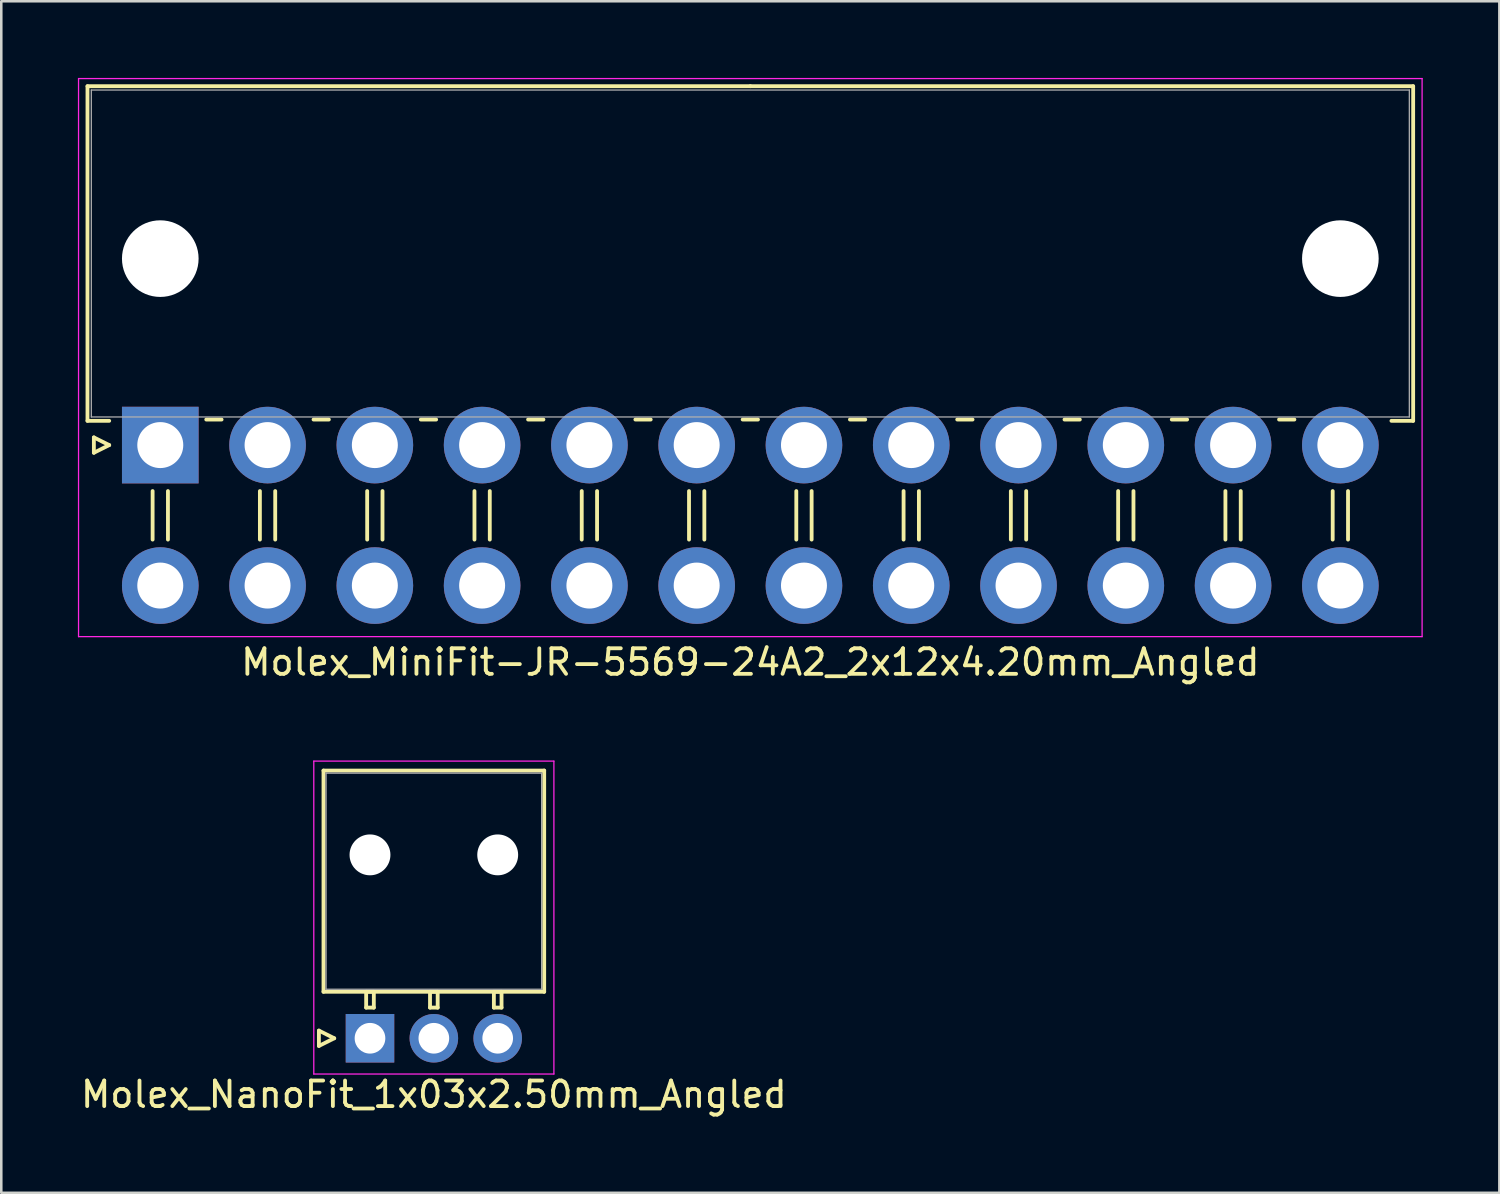
<source format=kicad_pcb>
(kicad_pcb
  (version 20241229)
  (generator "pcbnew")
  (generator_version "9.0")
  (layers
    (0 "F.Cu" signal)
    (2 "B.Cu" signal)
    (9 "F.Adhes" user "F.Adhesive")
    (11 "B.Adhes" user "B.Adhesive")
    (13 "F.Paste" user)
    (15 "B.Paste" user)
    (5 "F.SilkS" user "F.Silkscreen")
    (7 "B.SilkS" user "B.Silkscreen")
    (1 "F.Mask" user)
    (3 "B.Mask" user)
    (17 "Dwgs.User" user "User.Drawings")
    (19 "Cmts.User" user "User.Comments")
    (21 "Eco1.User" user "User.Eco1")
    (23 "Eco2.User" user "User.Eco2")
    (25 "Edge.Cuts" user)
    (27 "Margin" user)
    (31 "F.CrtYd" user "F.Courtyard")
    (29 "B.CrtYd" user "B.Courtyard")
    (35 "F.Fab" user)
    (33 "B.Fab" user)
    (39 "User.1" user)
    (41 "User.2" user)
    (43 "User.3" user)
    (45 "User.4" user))
  (footprint "Molex_MiniFit-JR-5569-24A2_2x12x4.20mm_Angled"
    (layer "F.Cu")
    (at 3.225 14.375)
    (property "Reference" "Molex_MiniFit-JR-5569-24A2_2x12x4.20mm_Angled" (at 23.1 8.5 0) (layer "F.SilkS") (effects (font (size 1 1) (thickness 0.15))))
    (attr through_hole)
    (fp_line (start -2.85 -14.05) (end 23.1 -14.05) (stroke (width 0.15) (type solid)) (layer "F.SilkS"))
    (fp_line (start -2.85 -0.95) (end -2.85 -14.05) (stroke (width 0.15) (type solid)) (layer "F.SilkS"))
    (fp_line (start -2.6 -0.3) (end -2 0) (stroke (width 0.15) (type solid)) (layer "F.SilkS"))
    (fp_line (start -2.6 0.3) (end -2.6 -0.3) (stroke (width 0.15) (type solid)) (layer "F.SilkS"))
    (fp_line (start -2 -0.95) (end -2.85 -0.95) (stroke (width 0.15) (type solid)) (layer "F.SilkS"))
    (fp_line (start -2 0) (end -2.6 0.3) (stroke (width 0.15) (type solid)) (layer "F.SilkS"))
    (fp_line (start -0.3 1.8) (end -0.3 3.7) (stroke (width 0.15) (type solid)) (layer "F.SilkS"))
    (fp_line (start 0.3 1.8) (end 0.3 3.7) (stroke (width 0.15) (type solid)) (layer "F.SilkS"))
    (fp_line (start 1.8 -1) (end 2.4 -1) (stroke (width 0.15) (type solid)) (layer "F.SilkS"))
    (fp_line (start 3.9 1.8) (end 3.9 3.7) (stroke (width 0.15) (type solid)) (layer "F.SilkS"))
    (fp_line (start 4.5 1.8) (end 4.5 3.7) (stroke (width 0.15) (type solid)) (layer "F.SilkS"))
    (fp_line (start 6 -1) (end 6.6 -1) (stroke (width 0.15) (type solid)) (layer "F.SilkS"))
    (fp_line (start 8.1 1.8) (end 8.1 3.7) (stroke (width 0.15) (type solid)) (layer "F.SilkS"))
    (fp_line (start 8.7 1.8) (end 8.7 3.7) (stroke (width 0.15) (type solid)) (layer "F.SilkS"))
    (fp_line (start 10.2 -1) (end 10.8 -1) (stroke (width 0.15) (type solid)) (layer "F.SilkS"))
    (fp_line (start 12.3 1.8) (end 12.3 3.7) (stroke (width 0.15) (type solid)) (layer "F.SilkS"))
    (fp_line (start 12.9 1.8) (end 12.9 3.7) (stroke (width 0.15) (type solid)) (layer "F.SilkS"))
    (fp_line (start 14.4 -1) (end 15 -1) (stroke (width 0.15) (type solid)) (layer "F.SilkS"))
    (fp_line (start 16.5 1.8) (end 16.5 3.7) (stroke (width 0.15) (type solid)) (layer "F.SilkS"))
    (fp_line (start 17.1 1.8) (end 17.1 3.7) (stroke (width 0.15) (type solid)) (layer "F.SilkS"))
    (fp_line (start 18.6 -1) (end 19.2 -1) (stroke (width 0.15) (type solid)) (layer "F.SilkS"))
    (fp_line (start 20.7 1.8) (end 20.7 3.7) (stroke (width 0.15) (type solid)) (layer "F.SilkS"))
    (fp_line (start 21.3 1.8) (end 21.3 3.7) (stroke (width 0.15) (type solid)) (layer "F.SilkS"))
    (fp_line (start 22.8 -1) (end 23.4 -1) (stroke (width 0.15) (type solid)) (layer "F.SilkS"))
    (fp_line (start 24.9 1.8) (end 24.9 3.7) (stroke (width 0.15) (type solid)) (layer "F.SilkS"))
    (fp_line (start 25.5 1.8) (end 25.5 3.7) (stroke (width 0.15) (type solid)) (layer "F.SilkS"))
    (fp_line (start 27 -1) (end 27.6 -1) (stroke (width 0.15) (type solid)) (layer "F.SilkS"))
    (fp_line (start 29.1 1.8) (end 29.1 3.7) (stroke (width 0.15) (type solid)) (layer "F.SilkS"))
    (fp_line (start 29.7 1.8) (end 29.7 3.7) (stroke (width 0.15) (type solid)) (layer "F.SilkS"))
    (fp_line (start 31.2 -1) (end 31.8 -1) (stroke (width 0.15) (type solid)) (layer "F.SilkS"))
    (fp_line (start 33.3 1.8) (end 33.3 3.7) (stroke (width 0.15) (type solid)) (layer "F.SilkS"))
    (fp_line (start 33.9 1.8) (end 33.9 3.7) (stroke (width 0.15) (type solid)) (layer "F.SilkS"))
    (fp_line (start 35.4 -1) (end 36 -1) (stroke (width 0.15) (type solid)) (layer "F.SilkS"))
    (fp_line (start 37.5 1.8) (end 37.5 3.7) (stroke (width 0.15) (type solid)) (layer "F.SilkS"))
    (fp_line (start 38.1 1.8) (end 38.1 3.7) (stroke (width 0.15) (type solid)) (layer "F.SilkS"))
    (fp_line (start 39.6 -1) (end 40.2 -1) (stroke (width 0.15) (type solid)) (layer "F.SilkS"))
    (fp_line (start 41.7 1.8) (end 41.7 3.7) (stroke (width 0.15) (type solid)) (layer "F.SilkS"))
    (fp_line (start 42.3 1.8) (end 42.3 3.7) (stroke (width 0.15) (type solid)) (layer "F.SilkS"))
    (fp_line (start 43.8 -1) (end 44.4 -1) (stroke (width 0.15) (type solid)) (layer "F.SilkS"))
    (fp_line (start 45.9 1.8) (end 45.9 3.7) (stroke (width 0.15) (type solid)) (layer "F.SilkS"))
    (fp_line (start 46.5 1.8) (end 46.5 3.7) (stroke (width 0.15) (type solid)) (layer "F.SilkS"))
    (fp_line (start 48.2 -0.95) (end 49.05 -0.95) (stroke (width 0.15) (type solid)) (layer "F.SilkS"))
    (fp_line (start 49.05 -14.05) (end 23.1 -14.05) (stroke (width 0.15) (type solid)) (layer "F.SilkS"))
    (fp_line (start 49.05 -0.95) (end 49.05 -14.05) (stroke (width 0.15) (type solid)) (layer "F.SilkS"))
    (fp_line (start -3.2 -14.35) (end -3.2 7.5) (stroke (width 0.05) (type solid)) (layer "F.CrtYd"))
    (fp_line (start -3.2 7.5) (end 49.4 7.5) (stroke (width 0.05) (type solid)) (layer "F.CrtYd"))
    (fp_line (start 49.4 -14.35) (end -3.2 -14.35) (stroke (width 0.05) (type solid)) (layer "F.CrtYd"))
    (fp_line (start 49.4 7.5) (end 49.4 -14.35) (stroke (width 0.05) (type solid)) (layer "F.CrtYd"))
    (fp_line (start -2.7 -13.9) (end -2.7 -1.1) (stroke (width 0.05) (type solid)) (layer "F.Fab"))
    (fp_line (start -2.7 -1.1) (end 48.9 -1.1) (stroke (width 0.05) (type solid)) (layer "F.Fab"))
    (fp_line (start 48.9 -13.9) (end -2.7 -13.9) (stroke (width 0.05) (type solid)) (layer "F.Fab"))
    (fp_line (start 48.9 -1.1) (end 48.9 -13.9) (stroke (width 0.05) (type solid)) (layer "F.Fab"))
    (pad "" np_thru_hole circle (at 0 -7.3) (size 3 3) (drill 3) (layers "*.Cu"))
    (pad "" np_thru_hole circle (at 46.2 -7.3) (size 3 3) (drill 3) (layers "*.Cu"))
    (pad "1" thru_hole rect (at 0 0) (size 3 3) (drill 1.8) (layers "*.Cu" "*.Mask"))
    (pad "2" thru_hole circle (at 4.2 0) (size 3 3) (drill 1.8) (layers "*.Cu" "*.Mask"))
    (pad "3" thru_hole circle (at 8.4 0) (size 3 3) (drill 1.8) (layers "*.Cu" "*.Mask"))
    (pad "4" thru_hole circle (at 12.6 0) (size 3 3) (drill 1.8) (layers "*.Cu" "*.Mask"))
    (pad "5" thru_hole circle (at 16.8 0) (size 3 3) (drill 1.8) (layers "*.Cu" "*.Mask"))
    (pad "6" thru_hole circle (at 21 0) (size 3 3) (drill 1.8) (layers "*.Cu" "*.Mask"))
    (pad "7" thru_hole circle (at 25.2 0) (size 3 3) (drill 1.8) (layers "*.Cu" "*.Mask"))
    (pad "8" thru_hole circle (at 29.4 0) (size 3 3) (drill 1.8) (layers "*.Cu" "*.Mask"))
    (pad "9" thru_hole circle (at 33.6 0) (size 3 3) (drill 1.8) (layers "*.Cu" "*.Mask"))
    (pad "10" thru_hole circle (at 37.8 0) (size 3 3) (drill 1.8) (layers "*.Cu" "*.Mask"))
    (pad "11" thru_hole circle (at 42 0) (size 3 3) (drill 1.8) (layers "*.Cu" "*.Mask"))
    (pad "12" thru_hole circle (at 46.2 0) (size 3 3) (drill 1.8) (layers "*.Cu" "*.Mask"))
    (pad "13" thru_hole circle (at 0 5.5) (size 3 3) (drill 1.8) (layers "*.Cu" "*.Mask"))
    (pad "14" thru_hole circle (at 4.2 5.5) (size 3 3) (drill 1.8) (layers "*.Cu" "*.Mask"))
    (pad "15" thru_hole circle (at 8.4 5.5) (size 3 3) (drill 1.8) (layers "*.Cu" "*.Mask"))
    (pad "16" thru_hole circle (at 12.6 5.5) (size 3 3) (drill 1.8) (layers "*.Cu" "*.Mask"))
    (pad "17" thru_hole circle (at 16.8 5.5) (size 3 3) (drill 1.8) (layers "*.Cu" "*.Mask"))
    (pad "18" thru_hole circle (at 21 5.5) (size 3 3) (drill 1.8) (layers "*.Cu" "*.Mask"))
    (pad "19" thru_hole circle (at 25.2 5.5) (size 3 3) (drill 1.8) (layers "*.Cu" "*.Mask"))
    (pad "20" thru_hole circle (at 29.4 5.5) (size 3 3) (drill 1.8) (layers "*.Cu" "*.Mask"))
    (pad "21" thru_hole circle (at 33.6 5.5) (size 3 3) (drill 1.8) (layers "*.Cu" "*.Mask"))
    (pad "22" thru_hole circle (at 37.8 5.5) (size 3 3) (drill 1.8) (layers "*.Cu" "*.Mask"))
    (pad "23" thru_hole circle (at 42 5.5) (size 3 3) (drill 1.8) (layers "*.Cu" "*.Mask"))
    (pad "24" thru_hole circle (at 46.2 5.5) (size 3 3) (drill 1.8) (layers "*.Cu" "*.Mask")))
  (footprint "Molex_NanoFit_1x03x2.50mm_Angled"
    (layer "F.Cu")
    (at 11.435 37.598)
    (property "Reference" "Molex_NanoFit_1x03x2.50mm_Angled" (at 2.5 2.2 0) (layer "F.SilkS") (effects (font (size 1 1) (thickness 0.15))))
    (attr through_hole)
    (fp_line (start -2 -0.3) (end -1.4 0) (stroke (width 0.15) (type solid)) (layer "F.SilkS"))
    (fp_line (start -2 0.3) (end -2 -0.3) (stroke (width 0.15) (type solid)) (layer "F.SilkS"))
    (fp_line (start -1.82 -10.48) (end -1.82 -1.82) (stroke (width 0.15) (type solid)) (layer "F.SilkS"))
    (fp_line (start -1.82 -1.82) (end 6.82 -1.82) (stroke (width 0.15) (type solid)) (layer "F.SilkS"))
    (fp_line (start -1.4 0) (end -2 0.3) (stroke (width 0.15) (type solid)) (layer "F.SilkS"))
    (fp_line (start -0.15 -1.82) (end -0.15 -1.2) (stroke (width 0.15) (type solid)) (layer "F.SilkS"))
    (fp_line (start -0.15 -1.2) (end 0.15 -1.2) (stroke (width 0.15) (type solid)) (layer "F.SilkS"))
    (fp_line (start 0.15 -1.82) (end -0.15 -1.82) (stroke (width 0.15) (type solid)) (layer "F.SilkS"))
    (fp_line (start 0.15 -1.2) (end 0.15 -1.82) (stroke (width 0.15) (type solid)) (layer "F.SilkS"))
    (fp_line (start 2.35 -1.82) (end 2.35 -1.2) (stroke (width 0.15) (type solid)) (layer "F.SilkS"))
    (fp_line (start 2.35 -1.2) (end 2.65 -1.2) (stroke (width 0.15) (type solid)) (layer "F.SilkS"))
    (fp_line (start 2.65 -1.82) (end 2.35 -1.82) (stroke (width 0.15) (type solid)) (layer "F.SilkS"))
    (fp_line (start 2.65 -1.2) (end 2.65 -1.82) (stroke (width 0.15) (type solid)) (layer "F.SilkS"))
    (fp_line (start 4.85 -1.82) (end 4.85 -1.2) (stroke (width 0.15) (type solid)) (layer "F.SilkS"))
    (fp_line (start 4.85 -1.2) (end 5.15 -1.2) (stroke (width 0.15) (type solid)) (layer "F.SilkS"))
    (fp_line (start 5.15 -1.82) (end 4.85 -1.82) (stroke (width 0.15) (type solid)) (layer "F.SilkS"))
    (fp_line (start 5.15 -1.2) (end 5.15 -1.82) (stroke (width 0.15) (type solid)) (layer "F.SilkS"))
    (fp_line (start 6.82 -10.48) (end -1.82 -10.48) (stroke (width 0.15) (type solid)) (layer "F.SilkS"))
    (fp_line (start 6.82 -1.82) (end 6.82 -10.48) (stroke (width 0.15) (type solid)) (layer "F.SilkS"))
    (fp_line (start -2.2 -10.85) (end -2.2 1.4) (stroke (width 0.05) (type solid)) (layer "F.CrtYd"))
    (fp_line (start -2.2 1.4) (end 7.2 1.4) (stroke (width 0.05) (type solid)) (layer "F.CrtYd"))
    (fp_line (start 7.2 -10.85) (end -2.2 -10.85) (stroke (width 0.05) (type solid)) (layer "F.CrtYd"))
    (fp_line (start 7.2 1.4) (end 7.2 -10.85) (stroke (width 0.05) (type solid)) (layer "F.CrtYd"))
    (fp_line (start -1.72 -10.38) (end -1.72 -1.92) (stroke (width 0.05) (type solid)) (layer "F.Fab"))
    (fp_line (start -1.72 -1.92) (end 6.72 -1.92) (stroke (width 0.05) (type solid)) (layer "F.Fab"))
    (fp_line (start 6.72 -10.38) (end -1.72 -10.38) (stroke (width 0.05) (type solid)) (layer "F.Fab"))
    (fp_line (start 6.72 -1.92) (end 6.72 -10.38) (stroke (width 0.05) (type solid)) (layer "F.Fab"))
    (pad "" np_thru_hole circle (at 0 -7.18) (size 1.6 1.6) (drill 1.6) (layers "*.Cu"))
    (pad "" np_thru_hole circle (at 5 -7.18) (size 1.6 1.6) (drill 1.6) (layers "*.Cu"))
    (pad "1" thru_hole rect (at 0 0) (size 1.9 1.9) (drill 1.2) (layers "*.Cu" "*.Mask"))
    (pad "2" thru_hole circle (at 2.5 0) (size 1.9 1.9) (drill 1.2) (layers "*.Cu" "*.Mask"))
    (pad "3" thru_hole circle (at 5 0) (size 1.9 1.9) (drill 1.2) (layers "*.Cu" "*.Mask")))
  (gr_rect
    (start -3 -3)
    (end 55.65 43.647)
    (stroke (width 0.1) (type default))
    (fill no)
    (layer "Edge.Cuts")))
</source>
